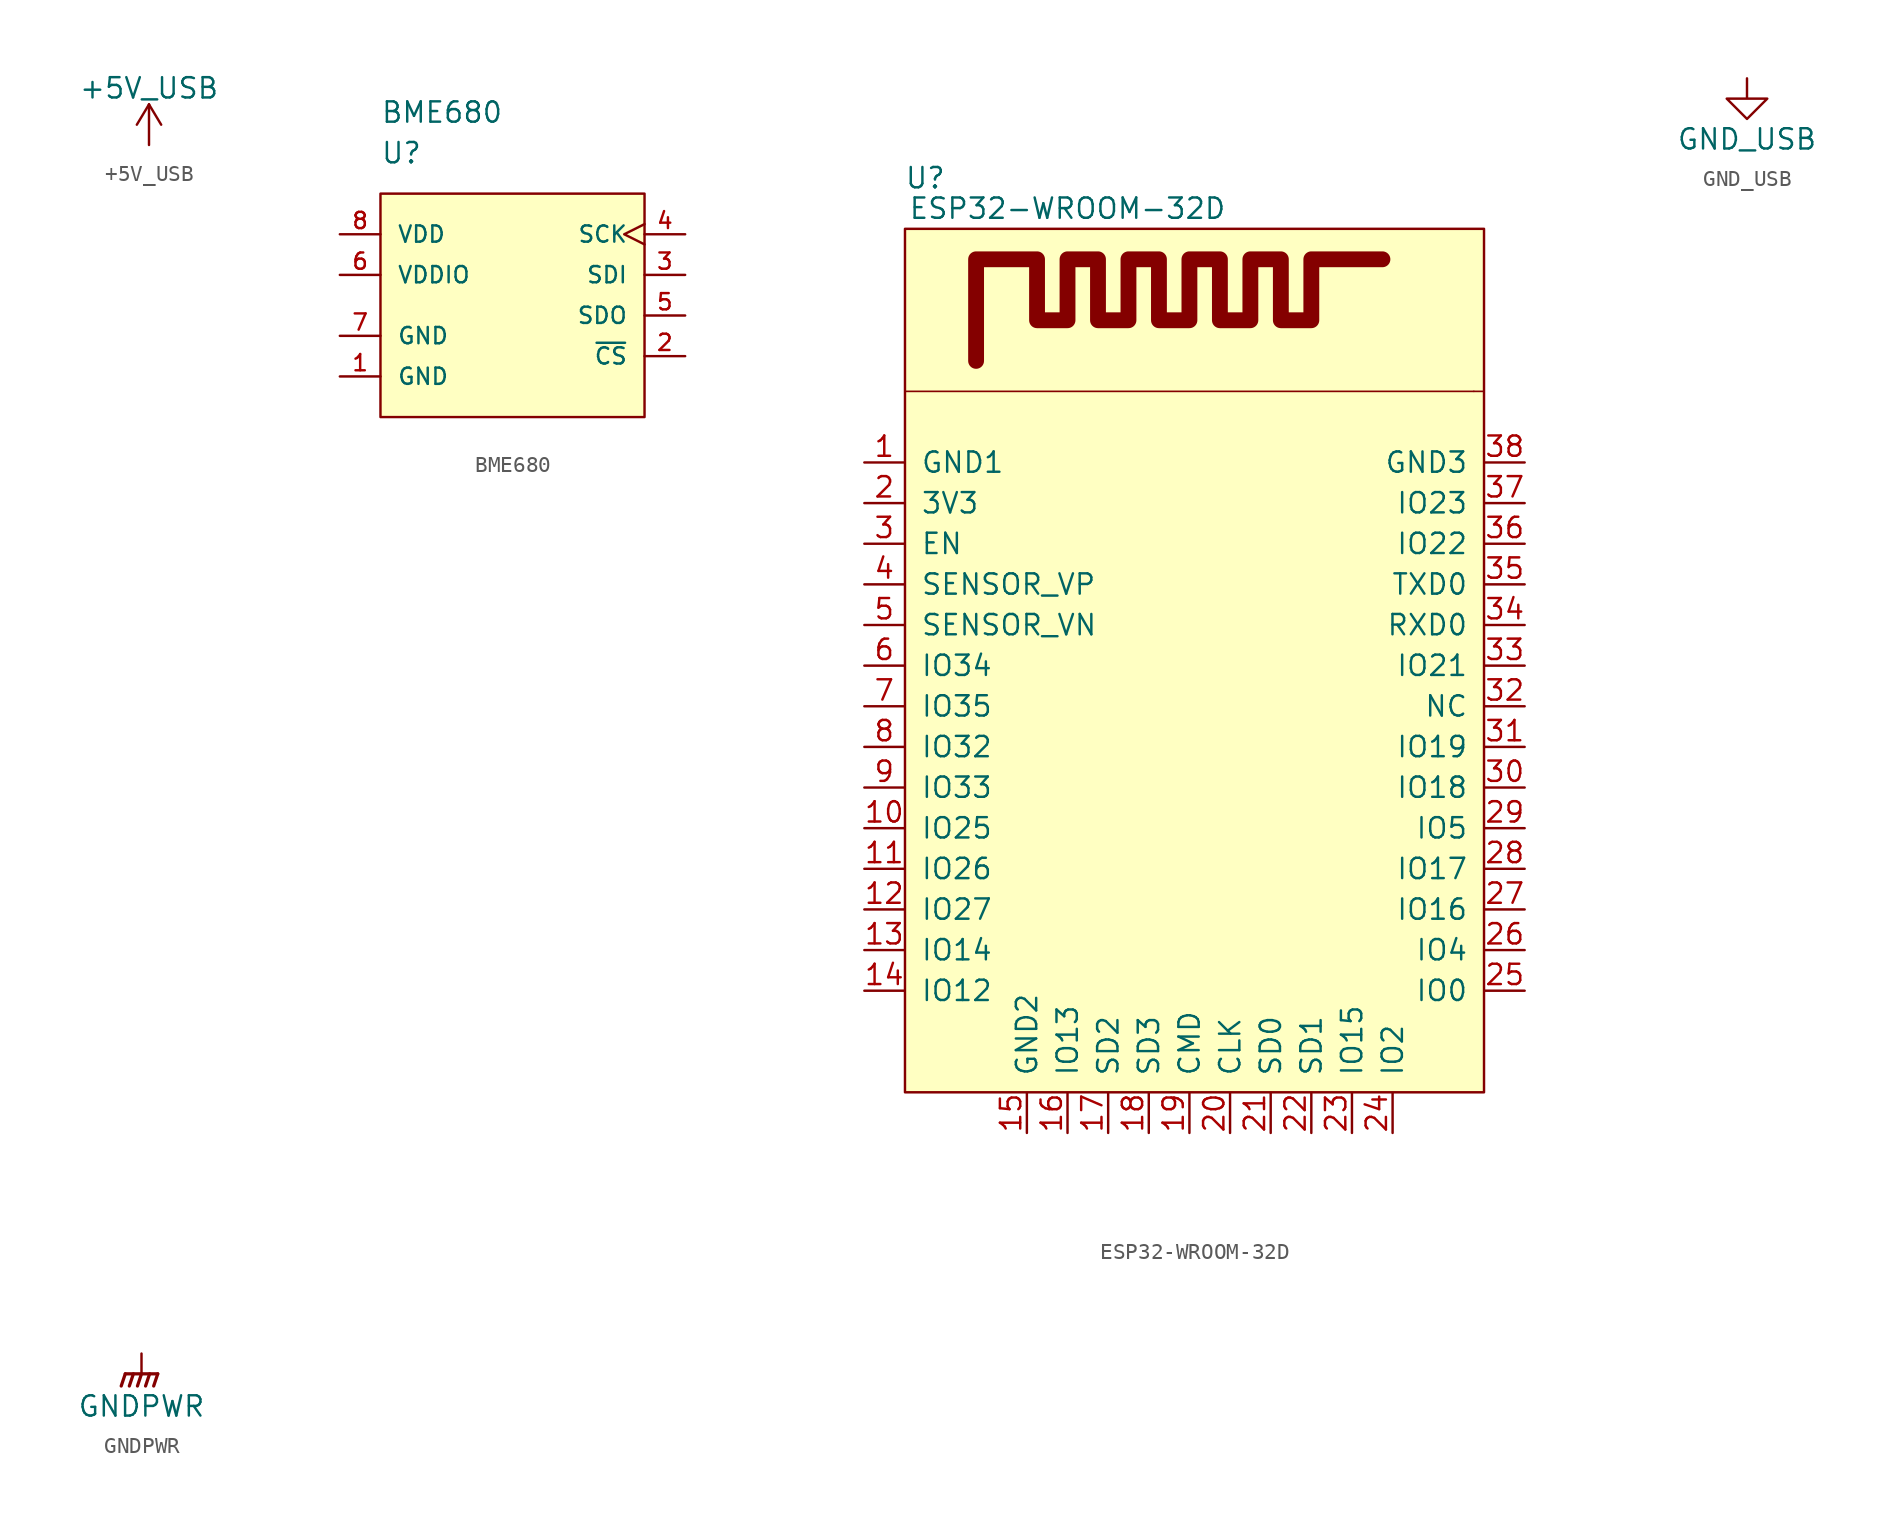
<source format=kicad_sym>
(kicad_symbol_lib
  (version 20211014)
  (generator kicad_symbol_editor)
  (symbol "+5V_USB"
    (power)
    (pin_names
      (offset 0))
    (property "Reference" "#PWR"
      (at 0 -3.81 0)
      (effects (font (size 1.27 1.27)) hide))
    (property "Value" "+5V_USB"
      (at 0 3.556 0)
      (effects (font (size 1.27 1.27))))
    (symbol "+5V_USB_0_1"
      (polyline (pts (xy -0.762 1.27) (xy 0 2.54)) (stroke (width 0) (type default) (color 0 0 0 0)) (fill (type none)))
      (polyline (pts (xy 0 0) (xy 0 2.54)) (stroke (width 0) (type default) (color 0 0 0 0)) (fill (type none)))
      (polyline (pts (xy 0 2.54) (xy 0.762 1.27)) (stroke (width 0) (type default) (color 0 0 0 0)) (fill (type none))))
    (symbol "+5V_USB_1_1"
      (pin power_in line (at 0 0 90) (length 0) hide (name "+5V_USB" (effects (font (size 1.27 1.27)))) (number "1" (effects (font (size 1.27 1.27)))))))
  (symbol "BME680"
    (pin_names
      (offset 1.016))
    (property "Reference" "U"
      (at 0 5.08 0)
      (effects (font (size 1.27 1.27)) (justify left)))
    (property "Value" "BME680"
      (at 0 7.62 0)
      (effects (font (size 1.27 1.27)) (justify left)))
    (symbol "BME680_1_1"
      (rectangle (start 0 2.54) (end 16.51 -11.43) (stroke (width 0) (type default) (color 0 0 0 0)) (fill (type background)))
      (pin power_in line (at -2.54 -8.89 0) (length 2.54) (name "GND" (effects (font (size 1.016 1.016)))) (number "1" (effects (font (size 1.016 1.016)))))
      (pin input line (at 19.05 -7.62 180) (length 2.54) (name "~{CS}" (effects (font (size 1.016 1.016)))) (number "2" (effects (font (size 1.016 1.016)))))
      (pin bidirectional line (at 19.05 -2.54 180) (length 2.54) (name "SDI" (effects (font (size 1.016 1.016)))) (number "3" (effects (font (size 1.016 1.016)))))
      (pin input clock (at 19.05 0 180) (length 2.54) (name "SCK" (effects (font (size 1.016 1.016)))) (number "4" (effects (font (size 1.016 1.016)))))
      (pin bidirectional line (at 19.05 -5.08 180) (length 2.54) (name "SDO" (effects (font (size 1.016 1.016)))) (number "5" (effects (font (size 1.016 1.016)))))
      (pin power_in line (at -2.54 -2.54 0) (length 2.54) (name "VDDIO" (effects (font (size 1.016 1.016)))) (number "6" (effects (font (size 1.016 1.016)))))
      (pin power_in line (at -2.54 -6.35 0) (length 2.54) (name "GND" (effects (font (size 1.016 1.016)))) (number "7" (effects (font (size 1.016 1.016)))))
      (pin power_in line (at -2.54 0 0) (length 2.54) (name "VDD" (effects (font (size 1.016 1.016)))) (number "8" (effects (font (size 1.016 1.016)))))))
  (symbol "ESP32-WROOM-32D"
    (pin_names
      (offset 1.016))
    (property "Reference" "U"
      (at -17.145 30.48 0)
      (effects (font (size 1.27 1.27))))
    (property "Value" "ESP32-WROOM-32D"
      (at -8.255 28.575 0)
      (effects (font (size 1.27 1.27))))
    (symbol "ESP32-WROOM-32D_0_1"
      (rectangle (start -18.415 27.305) (end 17.78 -26.67) (stroke (width 0) (type default) (color 0 0 0 0)) (fill (type background)))
      (polyline (pts (xy 17.145 17.145) (xy -18.415 17.145)) (stroke (width 0.102) (type default) (color 0 0 0 0)) (fill (type none)))
      (polyline (pts (xy 17.145 17.145) (xy 17.78 17.145)) (stroke (width 0.102) (type default) (color 0 0 0 0)) (fill (type none)))
      (polyline (pts (xy -13.97 19.05) (xy -13.97 25.4) (xy -10.16 25.4) (xy -10.16 21.59) (xy -8.255 21.59) (xy -8.255 25.4) (xy -6.35 25.4) (xy -6.35 21.59) (xy -4.445 21.59) (xy -4.445 25.4) (xy -2.54 25.4) (xy -2.54 21.59) (xy -0.635 21.59) (xy -0.635 25.4) (xy 1.27 25.4) (xy 1.27 21.59) (xy 3.175 21.59) (xy 3.175 25.4) (xy 5.08 25.4) (xy 5.08 21.59) (xy 6.985 21.59) (xy 6.985 25.4) (xy 11.43 25.4)) (stroke (width 0.991) (type default) (color 0 0 0 0)) (fill (type none))))
    (symbol "ESP32-WROOM-32D_1_1"
      (pin passive line (at -20.955 12.7 0) (length 2.489) (name "GND1" (effects (font (size 1.27 1.27)))) (number "1" (effects (font (size 1.27 1.27)))))
      (pin passive line (at -20.955 -10.16 0) (length 2.489) (name "IO25" (effects (font (size 1.27 1.27)))) (number "10" (effects (font (size 1.27 1.27)))))
      (pin passive line (at -20.955 -12.7 0) (length 2.489) (name "IO26" (effects (font (size 1.27 1.27)))) (number "11" (effects (font (size 1.27 1.27)))))
      (pin passive line (at -20.955 -15.24 0) (length 2.489) (name "IO27" (effects (font (size 1.27 1.27)))) (number "12" (effects (font (size 1.27 1.27)))))
      (pin passive line (at -20.955 -17.78 0) (length 2.489) (name "IO14" (effects (font (size 1.27 1.27)))) (number "13" (effects (font (size 1.27 1.27)))))
      (pin passive line (at -20.955 -20.32 0) (length 2.489) (name "IO12" (effects (font (size 1.27 1.27)))) (number "14" (effects (font (size 1.27 1.27)))))
      (pin passive line (at -10.795 -29.21 90) (length 2.489) (name "GND2" (effects (font (size 1.27 1.27)))) (number "15" (effects (font (size 1.27 1.27)))))
      (pin passive line (at -8.255 -29.21 90) (length 2.489) (name "IO13" (effects (font (size 1.27 1.27)))) (number "16" (effects (font (size 1.27 1.27)))))
      (pin passive line (at -5.715 -29.21 90) (length 2.489) (name "SD2" (effects (font (size 1.27 1.27)))) (number "17" (effects (font (size 1.27 1.27)))))
      (pin passive line (at -3.175 -29.21 90) (length 2.489) (name "SD3" (effects (font (size 1.27 1.27)))) (number "18" (effects (font (size 1.27 1.27)))))
      (pin passive line (at -0.635 -29.21 90) (length 2.489) (name "CMD" (effects (font (size 1.27 1.27)))) (number "19" (effects (font (size 1.27 1.27)))))
      (pin passive line (at -20.955 10.16 0) (length 2.489) (name "3V3" (effects (font (size 1.27 1.27)))) (number "2" (effects (font (size 1.27 1.27)))))
      (pin passive line (at 1.905 -29.21 90) (length 2.489) (name "CLK" (effects (font (size 1.27 1.27)))) (number "20" (effects (font (size 1.27 1.27)))))
      (pin passive line (at 4.445 -29.21 90) (length 2.489) (name "SD0" (effects (font (size 1.27 1.27)))) (number "21" (effects (font (size 1.27 1.27)))))
      (pin passive line (at 6.985 -29.21 90) (length 2.489) (name "SD1" (effects (font (size 1.27 1.27)))) (number "22" (effects (font (size 1.27 1.27)))))
      (pin passive line (at 9.525 -29.21 90) (length 2.489) (name "IO15" (effects (font (size 1.27 1.27)))) (number "23" (effects (font (size 1.27 1.27)))))
      (pin passive line (at 12.065 -29.21 90) (length 2.489) (name "IO2" (effects (font (size 1.27 1.27)))) (number "24" (effects (font (size 1.27 1.27)))))
      (pin passive line (at 20.32 -20.32 180) (length 2.489) (name "IO0" (effects (font (size 1.27 1.27)))) (number "25" (effects (font (size 1.27 1.27)))))
      (pin passive line (at 20.32 -17.78 180) (length 2.489) (name "IO4" (effects (font (size 1.27 1.27)))) (number "26" (effects (font (size 1.27 1.27)))))
      (pin passive line (at 20.32 -15.24 180) (length 2.489) (name "IO16" (effects (font (size 1.27 1.27)))) (number "27" (effects (font (size 1.27 1.27)))))
      (pin passive line (at 20.32 -12.7 180) (length 2.489) (name "IO17" (effects (font (size 1.27 1.27)))) (number "28" (effects (font (size 1.27 1.27)))))
      (pin passive line (at 20.32 -10.16 180) (length 2.489) (name "IO5" (effects (font (size 1.27 1.27)))) (number "29" (effects (font (size 1.27 1.27)))))
      (pin passive line (at -20.955 7.62 0) (length 2.489) (name "EN" (effects (font (size 1.27 1.27)))) (number "3" (effects (font (size 1.27 1.27)))))
      (pin passive line (at 20.32 -7.62 180) (length 2.489) (name "IO18" (effects (font (size 1.27 1.27)))) (number "30" (effects (font (size 1.27 1.27)))))
      (pin passive line (at 20.32 -5.08 180) (length 2.489) (name "IO19" (effects (font (size 1.27 1.27)))) (number "31" (effects (font (size 1.27 1.27)))))
      (pin passive line (at 20.32 -2.54 180) (length 2.489) (name "NC" (effects (font (size 1.27 1.27)))) (number "32" (effects (font (size 1.27 1.27)))))
      (pin passive line (at 20.32 0 180) (length 2.489) (name "IO21" (effects (font (size 1.27 1.27)))) (number "33" (effects (font (size 1.27 1.27)))))
      (pin passive line (at 20.32 2.54 180) (length 2.489) (name "RXD0" (effects (font (size 1.27 1.27)))) (number "34" (effects (font (size 1.27 1.27)))))
      (pin passive line (at 20.32 5.08 180) (length 2.489) (name "TXD0" (effects (font (size 1.27 1.27)))) (number "35" (effects (font (size 1.27 1.27)))))
      (pin passive line (at 20.32 7.62 180) (length 2.489) (name "IO22" (effects (font (size 1.27 1.27)))) (number "36" (effects (font (size 1.27 1.27)))))
      (pin passive line (at 20.32 10.16 180) (length 2.489) (name "IO23" (effects (font (size 1.27 1.27)))) (number "37" (effects (font (size 1.27 1.27)))))
      (pin passive line (at 20.32 12.7 180) (length 2.489) (name "GND3" (effects (font (size 1.27 1.27)))) (number "38" (effects (font (size 1.27 1.27)))))
      (pin passive line (at -20.955 5.08 0) (length 2.489) (name "SENSOR_VP" (effects (font (size 1.27 1.27)))) (number "4" (effects (font (size 1.27 1.27)))))
      (pin passive line (at -20.955 2.54 0) (length 2.489) (name "SENSOR_VN" (effects (font (size 1.27 1.27)))) (number "5" (effects (font (size 1.27 1.27)))))
      (pin passive line (at -20.955 0 0) (length 2.489) (name "IO34" (effects (font (size 1.27 1.27)))) (number "6" (effects (font (size 1.27 1.27)))))
      (pin passive line (at -20.955 -2.54 0) (length 2.489) (name "IO35" (effects (font (size 1.27 1.27)))) (number "7" (effects (font (size 1.27 1.27)))))
      (pin passive line (at -20.955 -5.08 0) (length 2.489) (name "IO32" (effects (font (size 1.27 1.27)))) (number "8" (effects (font (size 1.27 1.27)))))
      (pin passive line (at -20.955 -7.62 0) (length 2.489) (name "IO33" (effects (font (size 1.27 1.27)))) (number "9" (effects (font (size 1.27 1.27)))))))
  (symbol "GND_USB"
    (power)
    (pin_names
      (offset 0))
    (property "Reference" "#PWR"
      (at 0 -6.35 0)
      (effects (font (size 1.27 1.27)) hide))
    (property "Value" "GND_USB"
      (at 0 -3.81 0)
      (effects (font (size 1.27 1.27))))
    (symbol "GND_USB_0_1"
      (polyline (pts (xy 0 0) (xy 0 -1.27) (xy 1.27 -1.27) (xy 0 -2.54) (xy -1.27 -1.27) (xy 0 -1.27)) (stroke (width 0) (type default) (color 0 0 0 0)) (fill (type none))))
    (symbol "GND_USB_1_1"
      (pin power_in line (at 0 0 270) (length 0) hide (name "GND_USB" (effects (font (size 1.27 1.27)))) (number "1" (effects (font (size 1.27 1.27)))))))
  (symbol "GNDPWR"
    (power)
    (pin_names
      (offset 0))
    (property "Reference" "#PWR"
      (at 0 -5.08 0)
      (effects (font (size 1.27 1.27)) hide))
    (property "Value" "GNDPWR"
      (at 0 -3.302 0)
      (effects (font (size 1.27 1.27))))
    (symbol "GNDPWR_0_1"
      (polyline (pts (xy 0 -1.27) (xy 0 0)) (stroke (width 0) (type default) (color 0 0 0 0)) (fill (type none)))
      (polyline (pts (xy -1.016 -1.27) (xy -1.27 -2.032) (xy -1.27 -2.032)) (stroke (width 0.203) (type default) (color 0 0 0 0)) (fill (type none)))
      (polyline (pts (xy -0.508 -1.27) (xy -0.762 -2.032) (xy -0.762 -2.032)) (stroke (width 0.203) (type default) (color 0 0 0 0)) (fill (type none)))
      (polyline (pts (xy 0 -1.27) (xy -0.254 -2.032) (xy -0.254 -2.032)) (stroke (width 0.203) (type default) (color 0 0 0 0)) (fill (type none)))
      (polyline (pts (xy 0.508 -1.27) (xy 0.254 -2.032) (xy 0.254 -2.032)) (stroke (width 0.203) (type default) (color 0 0 0 0)) (fill (type none)))
      (polyline (pts (xy 1.016 -1.27) (xy -1.016 -1.27) (xy -1.016 -1.27)) (stroke (width 0.203) (type default) (color 0 0 0 0)) (fill (type none)))
      (polyline (pts (xy 1.016 -1.27) (xy 0.762 -2.032) (xy 0.762 -2.032) (xy 0.762 -2.032)) (stroke (width 0.203) (type default) (color 0 0 0 0)) (fill (type none))))
    (symbol "GNDPWR_1_1"
      (pin power_in line (at 0 0 90) (length 0) hide (name "GNDPWR" (effects (font (size 1.27 1.27)))) (number "1" (effects (font (size 1.27 1.27))))))))
</source>
